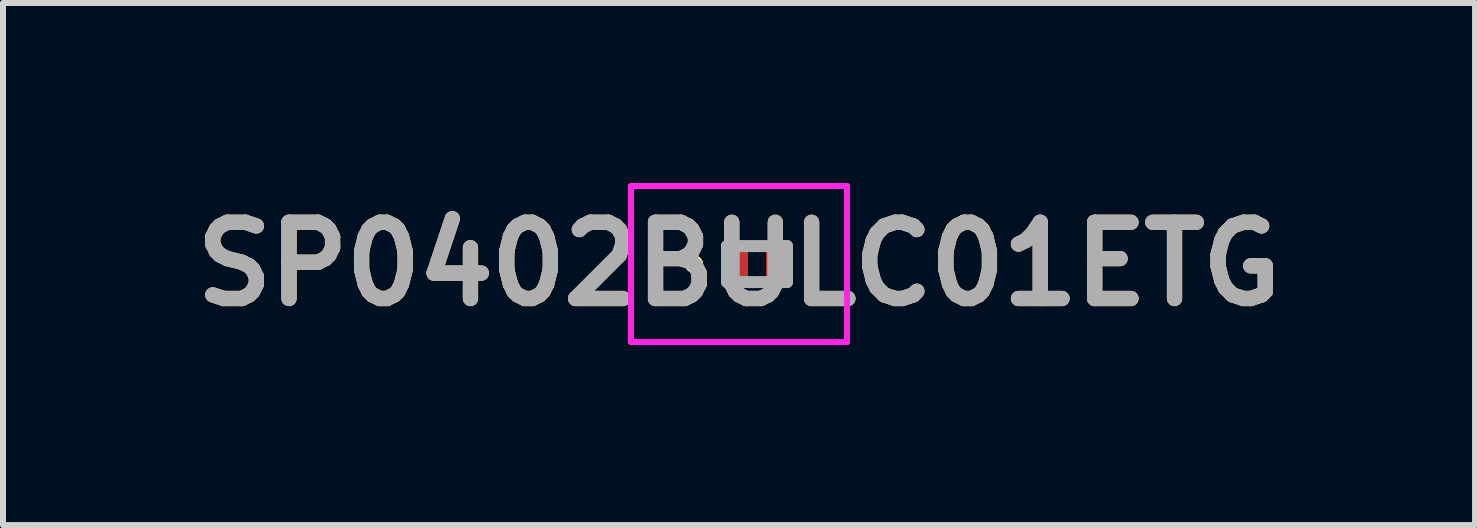
<source format=kicad_pcb>
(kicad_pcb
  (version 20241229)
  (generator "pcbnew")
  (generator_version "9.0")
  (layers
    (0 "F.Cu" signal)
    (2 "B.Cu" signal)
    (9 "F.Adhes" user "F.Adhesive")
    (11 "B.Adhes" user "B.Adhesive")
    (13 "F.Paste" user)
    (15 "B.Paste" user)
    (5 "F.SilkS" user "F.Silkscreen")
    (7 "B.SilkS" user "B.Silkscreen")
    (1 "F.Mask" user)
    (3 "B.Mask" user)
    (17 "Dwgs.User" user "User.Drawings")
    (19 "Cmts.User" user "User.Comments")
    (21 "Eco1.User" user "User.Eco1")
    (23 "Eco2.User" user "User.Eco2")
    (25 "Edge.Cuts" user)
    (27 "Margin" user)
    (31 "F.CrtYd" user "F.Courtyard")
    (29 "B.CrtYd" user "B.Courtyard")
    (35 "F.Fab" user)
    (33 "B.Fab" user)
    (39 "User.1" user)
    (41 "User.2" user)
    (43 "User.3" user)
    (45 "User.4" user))
  (footprint "SP0402BULC01ETG"
    (layer "F.Cu")
    (at 9.565 1.35)
    (property "Reference" "SP0402BULC01ETG" (at -0.3 0 0) (layer "F.SilkS") (effects (font (size 1.27 1.27) (thickness 0.254))))
    (attr smd)
    (fp_line (start -1.1 0) (end -1.1 0) (stroke (width 0.2) (type solid)) (layer "F.SilkS"))
    (fp_line (start -1.1 0) (end -1.1 0) (stroke (width 0.2) (type solid)) (layer "F.SilkS"))
    (fp_line (start -1 0) (end -1 0) (stroke (width 0.2) (type solid)) (layer "F.SilkS"))
    (fp_arc (start -1.1 0) (mid -1.05 -0.05) (end -1 0) (stroke (width 0.2) (type solid)) (layer "F.SilkS"))
    (fp_arc (start -1 0) (mid -1.05 0.05) (end -1.1 0) (stroke (width 0.2) (type solid)) (layer "F.SilkS"))
    (fp_arc (start -1 0) (mid -1.05 0.05) (end -1.1 0) (stroke (width 0.2) (type solid)) (layer "F.SilkS"))
    (fp_line (start -2.1 -1.3) (end 1.5 -1.3) (stroke (width 0.1) (type solid)) (layer "F.CrtYd"))
    (fp_line (start -2.1 1.3) (end -2.1 -1.3) (stroke (width 0.1) (type solid)) (layer "F.CrtYd"))
    (fp_line (start 1.5 -1.3) (end 1.5 1.3) (stroke (width 0.1) (type solid)) (layer "F.CrtYd"))
    (fp_line (start 1.5 1.3) (end -2.1 1.3) (stroke (width 0.1) (type solid)) (layer "F.CrtYd"))
    (fp_line (start -0.5 -0.3) (end -0.5 0.3) (stroke (width 0.2) (type solid)) (layer "F.Fab"))
    (fp_line (start -0.5 0.3) (end 0.5 0.3) (stroke (width 0.2) (type solid)) (layer "F.Fab"))
    (fp_line (start 0.5 -0.3) (end -0.5 -0.3) (stroke (width 0.2) (type solid)) (layer "F.Fab"))
    (fp_line (start 0.5 0.3) (end 0.5 -0.3) (stroke (width 0.2) (type solid)) (layer "F.Fab"))
    (fp_text user "${REFERENCE}" (at -0.3 0 0) (layer "F.Fab") (effects (font (size 1.27 1.27) (thickness 0.254))))
    (pad "1" smd rect (at -0.325 0) (size 0.35 0.6) (layers "F.Cu" "F.Mask" "F.Paste"))
    (pad "2" smd rect (at 0.325 0) (size 0.35 0.6) (layers "F.Cu" "F.Mask" "F.Paste")))
  (gr_rect
    (start -3 -3)
    (end 21.53 5.7)
    (stroke (width 0.1) (type default))
    (fill no)
    (layer "Edge.Cuts")))
</source>
